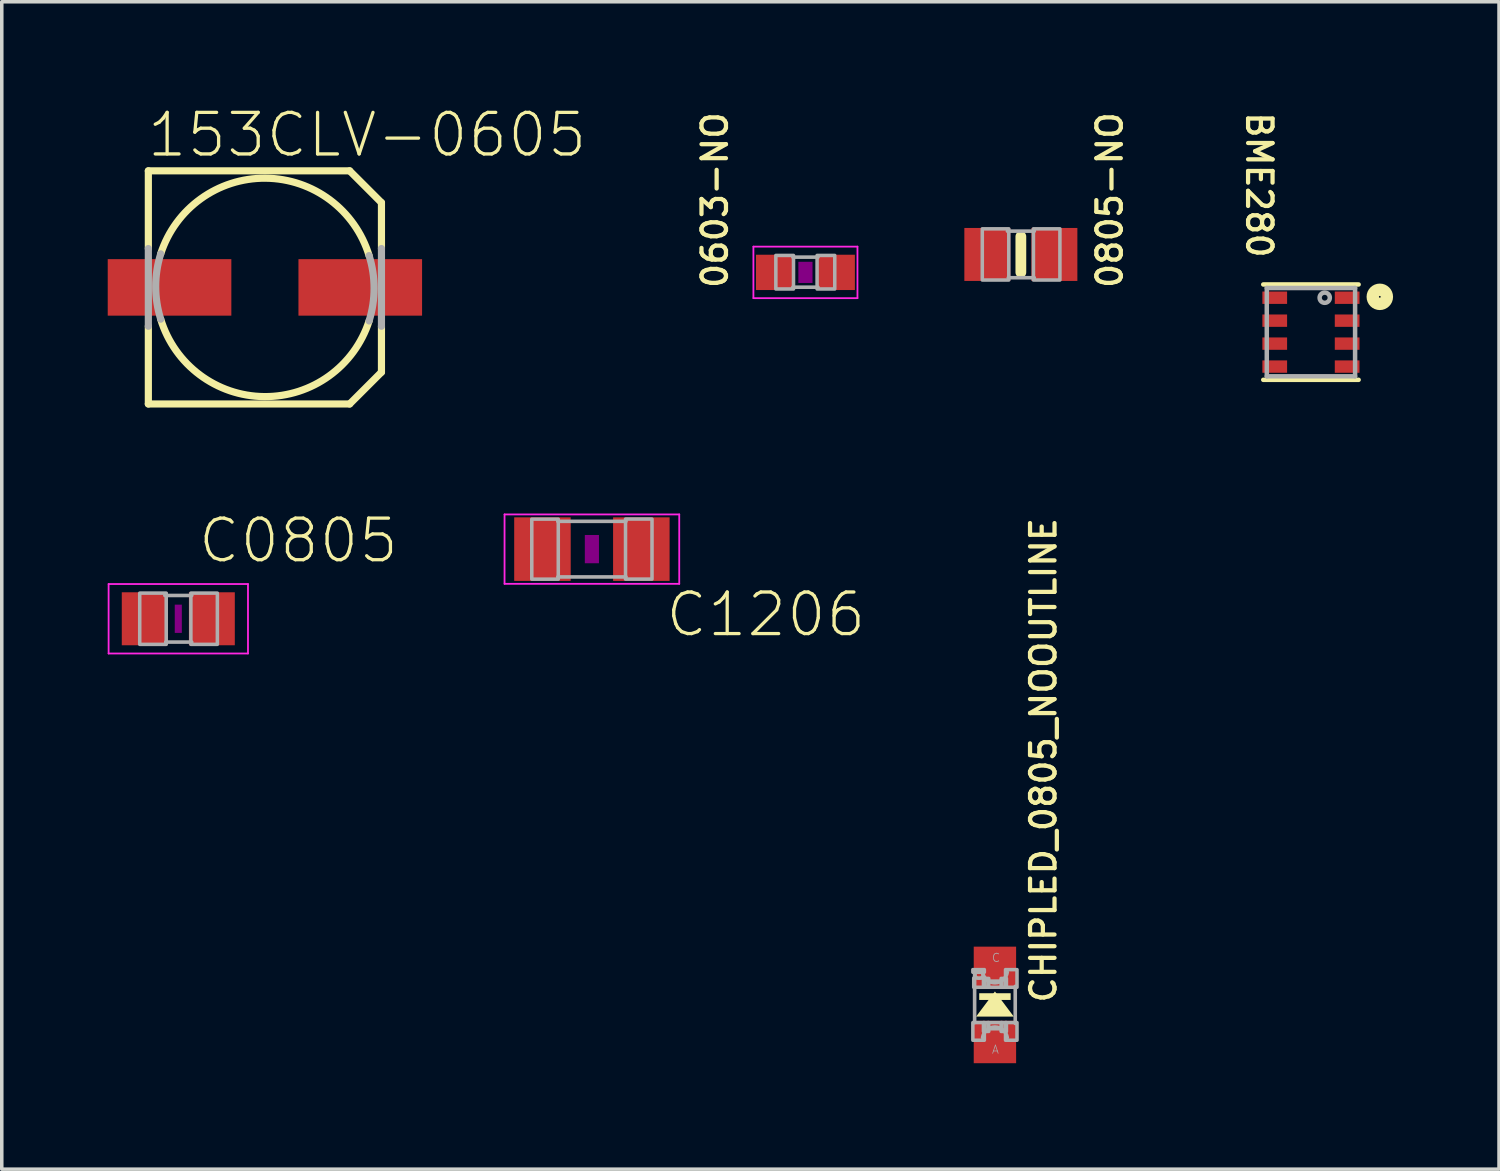
<source format=kicad_pcb>
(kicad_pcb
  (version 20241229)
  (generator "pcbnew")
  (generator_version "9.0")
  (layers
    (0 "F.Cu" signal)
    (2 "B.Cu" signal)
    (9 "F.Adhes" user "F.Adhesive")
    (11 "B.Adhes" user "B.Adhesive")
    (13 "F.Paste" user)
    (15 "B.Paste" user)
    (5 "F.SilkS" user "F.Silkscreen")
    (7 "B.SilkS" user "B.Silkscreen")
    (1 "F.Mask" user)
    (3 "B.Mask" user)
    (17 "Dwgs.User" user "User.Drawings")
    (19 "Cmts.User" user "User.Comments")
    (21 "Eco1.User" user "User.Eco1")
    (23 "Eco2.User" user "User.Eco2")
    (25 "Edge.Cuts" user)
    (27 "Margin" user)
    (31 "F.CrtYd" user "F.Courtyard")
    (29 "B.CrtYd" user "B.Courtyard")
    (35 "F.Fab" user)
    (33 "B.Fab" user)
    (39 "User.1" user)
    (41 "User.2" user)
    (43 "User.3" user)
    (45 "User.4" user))
  (footprint "BME280"
    (layer "F.Cu")
    (at 34.066 6.354)
    (property "Reference" "BME280" (at -1.06 -2.042 270) (unlocked yes) (layer "F.SilkS") (effects (font (size 0.693 0.693) (thickness 0.12)) (justify right top)))
    (fp_line (start -1.35 -1.35) (end 1.35 -1.35) (stroke (width 0.127) (type solid)) (layer "F.SilkS"))
    (fp_line (start -1.35 1.35) (end 1.35 1.35) (stroke (width 0.127) (type solid)) (layer "F.SilkS"))
    (fp_circle (center 1.95 -1) (end 2.15 -1) (stroke (width 0.35) (type solid)) (fill no) (layer "F.SilkS"))
    (fp_line (start -1.25 -1.25) (end 1.25 -1.25) (stroke (width 0.127) (type solid)) (layer "F.Fab"))
    (fp_line (start -1.25 1.25) (end -1.25 -1.25) (stroke (width 0.127) (type solid)) (layer "F.Fab"))
    (fp_line (start 1.25 -1.25) (end 1.25 1.25) (stroke (width 0.127) (type solid)) (layer "F.Fab"))
    (fp_line (start 1.25 1.25) (end -1.25 1.25) (stroke (width 0.127) (type solid)) (layer "F.Fab"))
    (fp_circle (center 0.39 -0.975) (end 0.535 -0.975) (stroke (width 0.127) (type solid)) (fill no) (layer "F.Fab"))
    (pad "1" smd rect (at 1.025 -0.975) (size 0.7 0.35) (layers "F.Cu" "F.Mask" "F.Paste"))
    (pad "2" smd rect (at 1.025 -0.325) (size 0.7 0.35) (layers "F.Cu" "F.Mask" "F.Paste"))
    (pad "3" smd rect (at 1.025 0.325) (size 0.7 0.35) (layers "F.Cu" "F.Mask" "F.Paste"))
    (pad "4" smd rect (at 1.025 0.975) (size 0.7 0.35) (layers "F.Cu" "F.Mask" "F.Paste"))
    (pad "5" smd rect (at -1.025 0.975) (size 0.7 0.35) (layers "F.Cu" "F.Mask" "F.Paste"))
    (pad "6" smd rect (at -1.025 0.325) (size 0.7 0.35) (layers "F.Cu" "F.Mask" "F.Paste"))
    (pad "7" smd rect (at -1.025 -0.325) (size 0.7 0.35) (layers "F.Cu" "F.Mask" "F.Paste"))
    (pad "8" smd rect (at -1.025 -0.975) (size 0.7 0.35) (layers "F.Cu" "F.Mask" "F.Paste")))
  (footprint "C0805"
    (layer "F.Cu")
    (at 1.998 14.469)
    (property "Reference" "C0805" (at 0.508 -1.524 0) (unlocked yes) (layer "F.SilkS") (effects (font (size 1.177 1.177) (thickness 0.093)) (justify left bottom)))
    (fp_poly (pts (xy -0.1 0.4) (xy 0.1 0.4) (xy 0.1 -0.4) (xy -0.1 -0.4)) (stroke (width 0) (type default)) (fill yes) (layer "F.Adhes"))
    (fp_line (start -1.973 -0.983) (end 1.973 -0.983) (stroke (width 0.051) (type solid)) (layer "F.CrtYd"))
    (fp_line (start -1.973 0.983) (end -1.973 -0.983) (stroke (width 0.051) (type solid)) (layer "F.CrtYd"))
    (fp_line (start 1.973 -0.983) (end 1.973 0.983) (stroke (width 0.051) (type solid)) (layer "F.CrtYd"))
    (fp_line (start 1.973 0.983) (end -1.973 0.983) (stroke (width 0.051) (type solid)) (layer "F.CrtYd"))
    (fp_line (start -0.381 -0.66) (end 0.381 -0.66) (stroke (width 0.102) (type solid)) (layer "F.Fab"))
    (fp_line (start -0.356 0.66) (end 0.381 0.66) (stroke (width 0.102) (type solid)) (layer "F.Fab"))
    (fp_poly (pts (xy -1.092 0.724) (xy -0.342 0.724) (xy -0.342 -0.726) (xy -1.092 -0.726)) (stroke (width 0.1) (type default)) (fill no) (layer "F.Fab"))
    (fp_poly (pts (xy 0.356 0.724) (xy 1.106 0.724) (xy 1.106 -0.726) (xy 0.356 -0.726)) (stroke (width 0.1) (type default)) (fill no) (layer "F.Fab"))
    (pad "1" smd rect (at -0.95 0) (size 1.3 1.5) (layers "F.Cu" "F.Mask" "F.Paste"))
    (pad "2" smd rect (at 0.95 0) (size 1.3 1.5) (layers "F.Cu" "F.Mask" "F.Paste")))
  (footprint "C1206"
    (layer "F.Cu")
    (at 13.708 12.497)
    (property "Reference" "C1206" (at 2.032 2.54 0) (unlocked yes) (layer "F.SilkS") (effects (font (size 1.177 1.177) (thickness 0.093)) (justify left bottom)))
    (fp_poly (pts (xy -0.2 0.4) (xy 0.2 0.4) (xy 0.2 -0.4) (xy -0.2 -0.4)) (stroke (width 0) (type default)) (fill yes) (layer "F.Adhes"))
    (fp_line (start -2.473 -0.983) (end 2.473 -0.983) (stroke (width 0.051) (type solid)) (layer "F.CrtYd"))
    (fp_line (start -2.473 0.983) (end -2.473 -0.983) (stroke (width 0.051) (type solid)) (layer "F.CrtYd"))
    (fp_line (start 2.473 -0.983) (end 2.473 0.983) (stroke (width 0.051) (type solid)) (layer "F.CrtYd"))
    (fp_line (start 2.473 0.983) (end -2.473 0.983) (stroke (width 0.051) (type solid)) (layer "F.CrtYd"))
    (fp_line (start -0.965 -0.787) (end 0.965 -0.787) (stroke (width 0.102) (type solid)) (layer "F.Fab"))
    (fp_line (start -0.965 0.787) (end 0.965 0.787) (stroke (width 0.102) (type solid)) (layer "F.Fab"))
    (fp_poly (pts (xy -1.702 0.851) (xy -0.952 0.851) (xy -0.952 -0.849) (xy -1.702 -0.849)) (stroke (width 0.1) (type default)) (fill no) (layer "F.Fab"))
    (fp_poly (pts (xy 0.952 0.849) (xy 1.702 0.849) (xy 1.702 -0.851) (xy 0.952 -0.851)) (stroke (width 0.1) (type default)) (fill no) (layer "F.Fab"))
    (pad "1" smd rect (at -1.4 0) (size 1.6 1.8) (layers "F.Cu" "F.Mask" "F.Paste"))
    (pad "2" smd rect (at 1.4 0) (size 1.6 1.8) (layers "F.Cu" "F.Mask" "F.Paste")))
  (footprint "0603-NO"
    (layer "F.Cu")
    (at 19.754 4.662)
    (property "Reference" "0603-NO" (at -2.159 0.508 90) (unlocked yes) (layer "F.SilkS") (effects (font (size 0.693 0.693) (thickness 0.12)) (justify left bottom)))
    (fp_poly (pts (xy -0.2 0.3) (xy 0.2 0.3) (xy 0.2 -0.3) (xy -0.2 -0.3)) (stroke (width 0) (type default)) (fill yes) (layer "F.Adhes"))
    (fp_line (start -1.473 -0.729) (end 1.473 -0.729) (stroke (width 0.051) (type solid)) (layer "F.CrtYd"))
    (fp_line (start -1.473 0.729) (end -1.473 -0.729) (stroke (width 0.051) (type solid)) (layer "F.CrtYd"))
    (fp_line (start 1.473 -0.729) (end 1.473 0.729) (stroke (width 0.051) (type solid)) (layer "F.CrtYd"))
    (fp_line (start 1.473 0.729) (end -1.473 0.729) (stroke (width 0.051) (type solid)) (layer "F.CrtYd"))
    (fp_line (start -0.356 -0.432) (end 0.356 -0.432) (stroke (width 0.102) (type solid)) (layer "F.Fab"))
    (fp_line (start -0.356 0.419) (end 0.356 0.419) (stroke (width 0.102) (type solid)) (layer "F.Fab"))
    (fp_poly (pts (xy -0.838 0.47) (xy -0.338 0.47) (xy -0.338 -0.48) (xy -0.838 -0.48)) (stroke (width 0.1) (type default)) (fill no) (layer "F.Fab"))
    (fp_poly (pts (xy 0.33 0.47) (xy 0.83 0.47) (xy 0.83 -0.48) (xy 0.33 -0.48)) (stroke (width 0.1) (type default)) (fill no) (layer "F.Fab"))
    (pad "1" smd rect (at -0.85 0) (size 1.1 1) (layers "F.Cu" "F.Mask" "F.Paste"))
    (pad "2" smd rect (at 0.85 0) (size 1.1 1) (layers "F.Cu" "F.Mask" "F.Paste")))
  (footprint "153CLV-0605"
    (layer "F.Cu")
    (at 4.45 5.087)
    (property "Reference" "153CLV-0605" (at -3.39 -3.63 0) (unlocked yes) (layer "F.SilkS") (effects (font (size 1.177 1.177) (thickness 0.093)) (justify left bottom)))
    (fp_line (start -3.3 -3.3) (end 2.4 -3.3) (stroke (width 0.203) (type solid)) (layer "F.SilkS"))
    (fp_line (start -3.3 -1.1) (end -3.3 -3.3) (stroke (width 0.203) (type solid)) (layer "F.SilkS"))
    (fp_line (start -3.3 3.3) (end -3.3 1.1) (stroke (width 0.203) (type solid)) (layer "F.SilkS"))
    (fp_line (start 2.4 -3.3) (end 3.3 -2.4) (stroke (width 0.203) (type solid)) (layer "F.SilkS"))
    (fp_line (start 2.4 3.3) (end -3.3 3.3) (stroke (width 0.203) (type solid)) (layer "F.SilkS"))
    (fp_line (start 3.3 -2.4) (end 3.3 -1.1) (stroke (width 0.203) (type solid)) (layer "F.SilkS"))
    (fp_line (start 3.3 1.1) (end 3.3 2.4) (stroke (width 0.203) (type solid)) (layer "F.SilkS"))
    (fp_line (start 3.3 2.4) (end 2.4 3.3) (stroke (width 0.203) (type solid)) (layer "F.SilkS"))
    (fp_arc (start -2.95 -0.95) (mid 0.018362 -3.091623) (end 2.950002 -0.900001) (stroke (width 0.2032) (type solid)) (layer "F.SilkS"))
    (fp_arc (start 2.949998 0.949999) (mid -0.018362 3.09162) (end -2.95 0.9) (stroke (width 0.2032) (type solid)) (layer "F.SilkS"))
    (fp_line (start -3.3 1.1) (end -3.3 -1.1) (stroke (width 0.203) (type solid)) (layer "F.Fab"))
    (fp_line (start 3.3 -1.1) (end 3.3 1.1) (stroke (width 0.203) (type solid)) (layer "F.Fab"))
    (fp_arc (start -2.95 0.9) (mid -3.091622 -0.025) (end -2.95 -0.95) (stroke (width 0.2032) (type solid)) (layer "F.Fab"))
    (fp_arc (start 2.95 -0.9) (mid 3.091622 0.025) (end 2.95 0.95) (stroke (width 0.2032) (type solid)) (layer "F.Fab"))
    (pad "+" smd rect (at 2.7 0) (size 3.5 1.6) (layers "F.Cu" "F.Mask" "F.Paste"))
    (pad "-" smd rect (at -2.7 0) (size 3.5 1.6) (layers "F.Cu" "F.Mask" "F.Paste")))
  (footprint "CHIPLED_0805_NOOUTLINE"
    (layer "F.Cu")
    (at 25.119 25.402)
    (property "Reference" "CHIPLED_0805_NOOUTLINE" (at 1.778 0 90) (unlocked yes) (layer "F.SilkS") (effects (font (size 0.693 0.693) (thickness 0.12)) (justify left bottom)))
    (fp_poly (pts (xy 0.533 0.33) (xy -0.533 0.33) (xy 0 -0.381)) (stroke (width 0) (type default)) (fill yes) (layer "F.SilkS"))
    (fp_poly (pts (xy -0.445 -0.141) (xy 0.445 -0.141) (xy 0.445 -0.331) (xy -0.445 -0.331)) (stroke (width 0) (type default)) (fill yes) (layer "F.SilkS"))
    (fp_line (start -0.575 0.5) (end -0.575 -0.925) (stroke (width 0.102) (type solid)) (layer "F.Fab"))
    (fp_line (start 0.575 -0.525) (end 0.575 0.525) (stroke (width 0.102) (type solid)) (layer "F.Fab"))
    (fp_arc (start -0.35 0.925) (mid -0.000001 0.625027) (end 0.35 0.924998) (stroke (width 0.1016) (type solid)) (layer "F.Fab"))
    (fp_arc (start 0.35 -0.924998) (mid -0.000001 -0.625027) (end -0.35 -0.925) (stroke (width 0.1016) (type solid)) (layer "F.Fab"))
    (fp_circle (center -0.45 -0.85) (end -0.347 -0.85) (stroke (width 0.076) (type solid)) (fill no) (layer "F.Fab"))
    (fp_poly (pts (xy -0.625 -0.925) (xy -0.3 -0.925) (xy -0.3 -1) (xy -0.625 -1)) (stroke (width 0.1) (type default)) (fill no) (layer "F.Fab"))
    (fp_poly (pts (xy -0.625 1) (xy -0.3 1) (xy -0.3 0.5) (xy -0.625 0.5)) (stroke (width 0.1) (type default)) (fill no) (layer "F.Fab"))
    (fp_poly (pts (xy -0.6 -0.5) (xy -0.3 -0.5) (xy -0.3 -0.762) (xy -0.6 -0.762)) (stroke (width 0.1) (type default)) (fill no) (layer "F.Fab"))
    (fp_poly (pts (xy -0.325 -0.5) (xy -0.175 -0.5) (xy -0.175 -0.75) (xy -0.325 -0.75)) (stroke (width 0.1) (type default)) (fill no) (layer "F.Fab"))
    (fp_poly (pts (xy -0.325 0.75) (xy -0.175 0.75) (xy -0.175 0.5) (xy -0.325 0.5)) (stroke (width 0.1) (type default)) (fill no) (layer "F.Fab"))
    (fp_poly (pts (xy -0.2 -0.5) (xy 0.2 -0.5) (xy 0.2 -0.675) (xy -0.2 -0.675)) (stroke (width 0.1) (type default)) (fill no) (layer "F.Fab"))
    (fp_poly (pts (xy -0.2 0.675) (xy 0.2 0.675) (xy 0.2 0.5) (xy -0.2 0.5)) (stroke (width 0.1) (type default)) (fill no) (layer "F.Fab"))
    (fp_poly (pts (xy 0.175 -0.5) (xy 0.325 -0.5) (xy 0.325 -0.75) (xy 0.175 -0.75)) (stroke (width 0.1) (type default)) (fill no) (layer "F.Fab"))
    (fp_poly (pts (xy 0.175 0.75) (xy 0.325 0.75) (xy 0.325 0.5) (xy 0.175 0.5)) (stroke (width 0.1) (type default)) (fill no) (layer "F.Fab"))
    (fp_poly (pts (xy 0.3 -0.5) (xy 0.625 -0.5) (xy 0.625 -1) (xy 0.3 -1)) (stroke (width 0.1) (type default)) (fill no) (layer "F.Fab"))
    (fp_poly (pts (xy 0.3 1) (xy 0.625 1) (xy 0.625 0.5) (xy 0.3 0.5)) (stroke (width 0.1) (type default)) (fill no) (layer "F.Fab"))
    (fp_text user "C" (at -0.1 -1.2 0) (unlocked yes) (layer "F.Fab") (effects (font (size 0.234 0.234) (thickness 0.02)) (justify left bottom)))
    (fp_text user "A" (at -0.1 1.4 0) (unlocked yes) (layer "F.Fab") (effects (font (size 0.234 0.234) (thickness 0.02)) (justify left bottom)))
    (pad "A" smd rect (at 0 1.05) (size 1.2 1.2) (layers "F.Cu" "F.Mask" "F.Paste"))
    (pad "C" smd rect (at 0 -1.05) (size 1.2 1.2) (layers "F.Cu" "F.Mask" "F.Paste")))
  (footprint "0805-NO"
    (layer "F.Cu")
    (at 25.853 4.154)
    (property "Reference" "0805-NO" (at 2.921 1.016 90) (unlocked yes) (layer "F.SilkS") (effects (font (size 0.693 0.693) (thickness 0.12)) (justify left bottom)))
    (fp_line (start 0 -0.508) (end 0 0.508) (stroke (width 0.305) (type solid)) (layer "F.SilkS"))
    (fp_line (start -0.381 -0.66) (end 0.381 -0.66) (stroke (width 0.102) (type solid)) (layer "F.Fab"))
    (fp_line (start -0.356 0.66) (end 0.381 0.66) (stroke (width 0.102) (type solid)) (layer "F.Fab"))
    (fp_poly (pts (xy -1.092 0.724) (xy -0.342 0.724) (xy -0.342 -0.726) (xy -1.092 -0.726)) (stroke (width 0.1) (type default)) (fill no) (layer "F.Fab"))
    (fp_poly (pts (xy 0.356 0.724) (xy 1.106 0.724) (xy 1.106 -0.726) (xy 0.356 -0.726)) (stroke (width 0.1) (type default)) (fill no) (layer "F.Fab"))
    (pad "1" smd rect (at -0.95 0) (size 1.3 1.5) (layers "F.Cu" "F.Mask" "F.Paste"))
    (pad "2" smd rect (at 0.95 0) (size 1.3 1.5) (layers "F.Cu" "F.Mask" "F.Paste")))
  (gr_rect
    (start -3 -3)
    (end 39.391 30.052)
    (stroke (width 0.1) (type default))
    (fill no)
    (layer "Edge.Cuts")))
</source>
